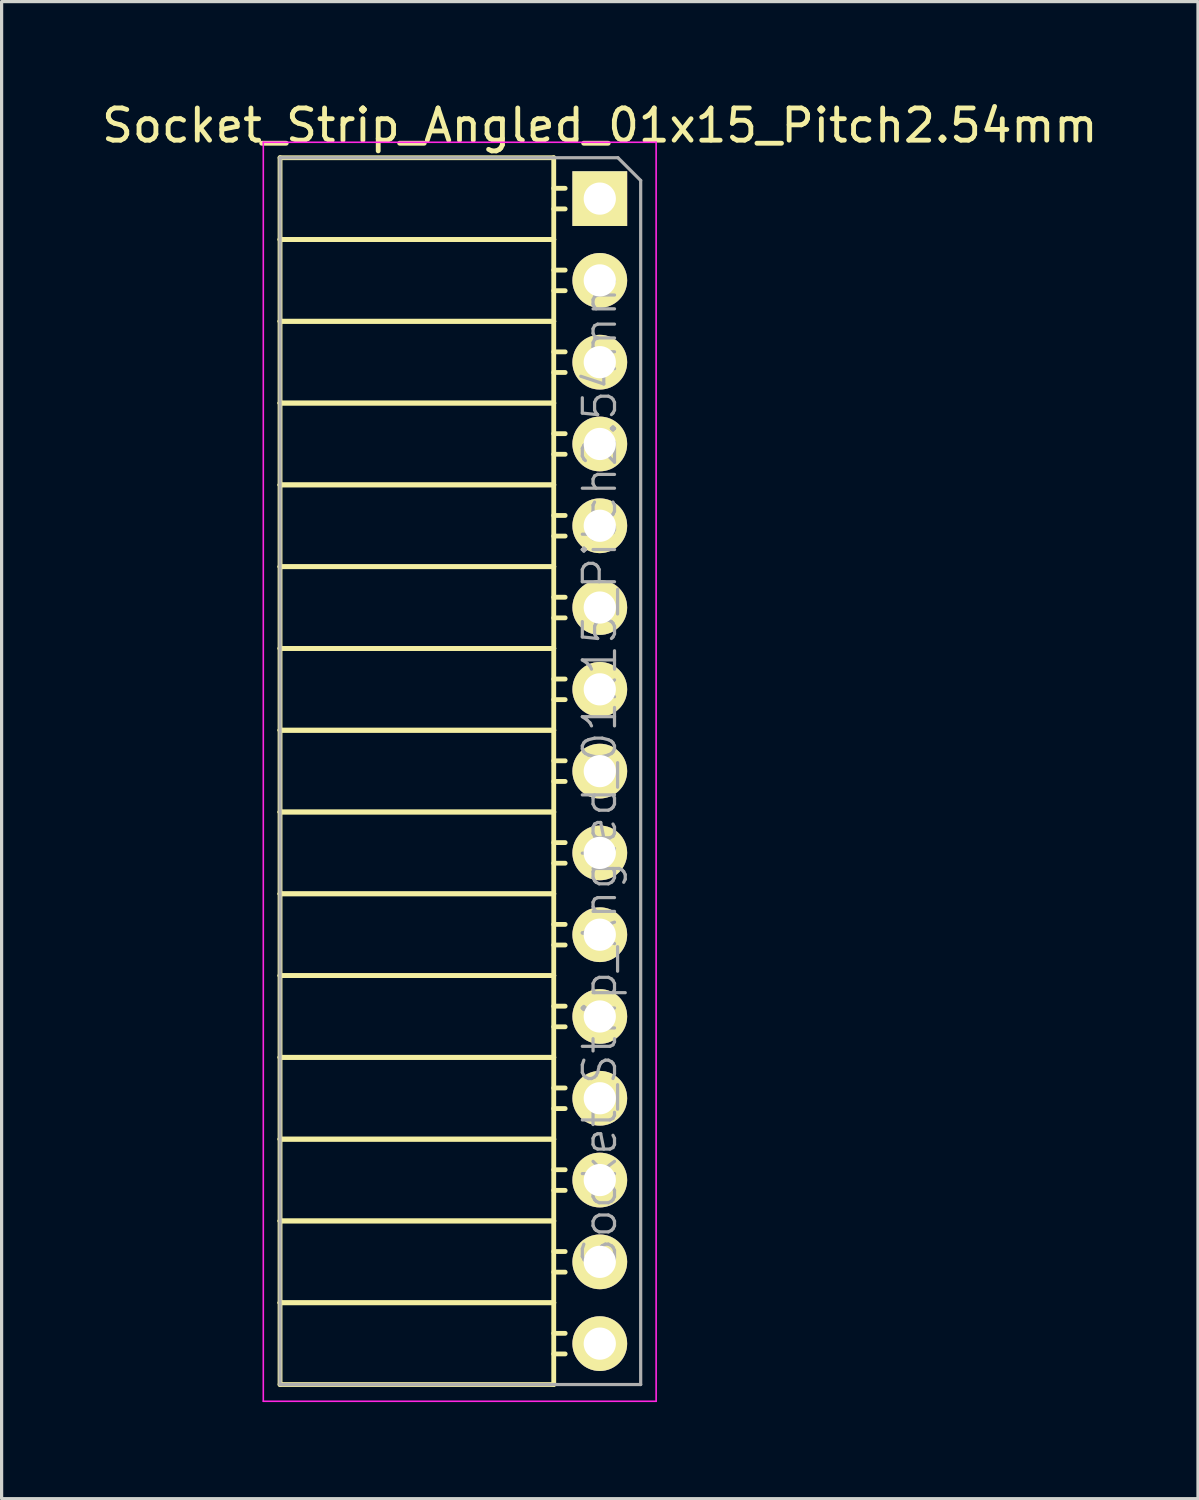
<source format=kicad_pcb>
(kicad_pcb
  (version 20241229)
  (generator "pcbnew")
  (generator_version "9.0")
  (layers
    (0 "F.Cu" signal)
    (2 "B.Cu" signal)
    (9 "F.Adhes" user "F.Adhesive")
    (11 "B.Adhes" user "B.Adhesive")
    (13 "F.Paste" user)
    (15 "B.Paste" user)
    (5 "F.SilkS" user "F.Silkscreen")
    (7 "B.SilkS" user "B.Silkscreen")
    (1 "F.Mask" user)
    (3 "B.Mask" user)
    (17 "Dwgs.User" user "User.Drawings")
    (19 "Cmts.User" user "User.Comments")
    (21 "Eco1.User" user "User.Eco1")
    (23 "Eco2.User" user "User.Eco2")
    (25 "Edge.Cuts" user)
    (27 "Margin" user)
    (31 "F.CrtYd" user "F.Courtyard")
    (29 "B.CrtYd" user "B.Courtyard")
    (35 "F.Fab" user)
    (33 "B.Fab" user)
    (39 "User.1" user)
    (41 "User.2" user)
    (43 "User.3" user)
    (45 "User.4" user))
  (footprint "Socket_Strip_Angled_01x15_Pitch2.54mm"
    (layer "F.Cu")
    (at 15.577 3.118)
    (property "Reference" "Socket_Strip_Angled_01x15_Pitch2.54mm" (at 0 -2.27 0) (layer "F.SilkS") (effects (font (size 1 1) (thickness 0.15))))
    (attr smd)
    (fp_line (start -9.93 -1.27) (end -9.93 1.27) (stroke (width 0.15) (type solid)) (layer "F.SilkS"))
    (fp_line (start -9.93 -1.27) (end -1.43 -1.27) (stroke (width 0.15) (type solid)) (layer "F.SilkS"))
    (fp_line (start -9.93 1.27) (end -9.93 3.81) (stroke (width 0.15) (type solid)) (layer "F.SilkS"))
    (fp_line (start -9.93 1.27) (end -1.43 1.27) (stroke (width 0.15) (type solid)) (layer "F.SilkS"))
    (fp_line (start -9.93 1.27) (end -1.43 1.27) (stroke (width 0.15) (type solid)) (layer "F.SilkS"))
    (fp_line (start -9.93 3.81) (end -9.93 6.35) (stroke (width 0.15) (type solid)) (layer "F.SilkS"))
    (fp_line (start -9.93 3.81) (end -1.43 3.81) (stroke (width 0.15) (type solid)) (layer "F.SilkS"))
    (fp_line (start -9.93 3.81) (end -1.43 3.81) (stroke (width 0.15) (type solid)) (layer "F.SilkS"))
    (fp_line (start -9.93 6.35) (end -9.93 8.89) (stroke (width 0.15) (type solid)) (layer "F.SilkS"))
    (fp_line (start -9.93 6.35) (end -1.43 6.35) (stroke (width 0.15) (type solid)) (layer "F.SilkS"))
    (fp_line (start -9.93 6.35) (end -1.43 6.35) (stroke (width 0.15) (type solid)) (layer "F.SilkS"))
    (fp_line (start -9.93 8.89) (end -9.93 11.43) (stroke (width 0.15) (type solid)) (layer "F.SilkS"))
    (fp_line (start -9.93 8.89) (end -1.43 8.89) (stroke (width 0.15) (type solid)) (layer "F.SilkS"))
    (fp_line (start -9.93 8.89) (end -1.43 8.89) (stroke (width 0.15) (type solid)) (layer "F.SilkS"))
    (fp_line (start -9.93 11.43) (end -9.93 13.97) (stroke (width 0.15) (type solid)) (layer "F.SilkS"))
    (fp_line (start -9.93 11.43) (end -1.43 11.43) (stroke (width 0.15) (type solid)) (layer "F.SilkS"))
    (fp_line (start -9.93 11.43) (end -1.43 11.43) (stroke (width 0.15) (type solid)) (layer "F.SilkS"))
    (fp_line (start -9.93 13.97) (end -9.93 16.51) (stroke (width 0.15) (type solid)) (layer "F.SilkS"))
    (fp_line (start -9.93 13.97) (end -1.43 13.97) (stroke (width 0.15) (type solid)) (layer "F.SilkS"))
    (fp_line (start -9.93 13.97) (end -1.43 13.97) (stroke (width 0.15) (type solid)) (layer "F.SilkS"))
    (fp_line (start -9.93 16.51) (end -9.93 19.05) (stroke (width 0.15) (type solid)) (layer "F.SilkS"))
    (fp_line (start -9.93 16.51) (end -1.43 16.51) (stroke (width 0.15) (type solid)) (layer "F.SilkS"))
    (fp_line (start -9.93 16.51) (end -1.43 16.51) (stroke (width 0.15) (type solid)) (layer "F.SilkS"))
    (fp_line (start -9.93 19.05) (end -9.93 21.59) (stroke (width 0.15) (type solid)) (layer "F.SilkS"))
    (fp_line (start -9.93 19.05) (end -1.43 19.05) (stroke (width 0.15) (type solid)) (layer "F.SilkS"))
    (fp_line (start -9.93 19.05) (end -1.43 19.05) (stroke (width 0.15) (type solid)) (layer "F.SilkS"))
    (fp_line (start -9.93 21.59) (end -9.93 24.13) (stroke (width 0.15) (type solid)) (layer "F.SilkS"))
    (fp_line (start -9.93 21.59) (end -1.43 21.59) (stroke (width 0.15) (type solid)) (layer "F.SilkS"))
    (fp_line (start -9.93 21.59) (end -1.43 21.59) (stroke (width 0.15) (type solid)) (layer "F.SilkS"))
    (fp_line (start -9.93 24.13) (end -9.93 26.67) (stroke (width 0.15) (type solid)) (layer "F.SilkS"))
    (fp_line (start -9.93 24.13) (end -1.43 24.13) (stroke (width 0.15) (type solid)) (layer "F.SilkS"))
    (fp_line (start -9.93 24.13) (end -1.43 24.13) (stroke (width 0.15) (type solid)) (layer "F.SilkS"))
    (fp_line (start -9.93 26.67) (end -9.93 29.21) (stroke (width 0.15) (type solid)) (layer "F.SilkS"))
    (fp_line (start -9.93 26.67) (end -1.43 26.67) (stroke (width 0.15) (type solid)) (layer "F.SilkS"))
    (fp_line (start -9.93 26.67) (end -1.43 26.67) (stroke (width 0.15) (type solid)) (layer "F.SilkS"))
    (fp_line (start -9.93 29.21) (end -9.93 31.75) (stroke (width 0.15) (type solid)) (layer "F.SilkS"))
    (fp_line (start -9.93 29.21) (end -1.43 29.21) (stroke (width 0.15) (type solid)) (layer "F.SilkS"))
    (fp_line (start -9.93 29.21) (end -1.43 29.21) (stroke (width 0.15) (type solid)) (layer "F.SilkS"))
    (fp_line (start -9.93 31.75) (end -9.93 34.29) (stroke (width 0.15) (type solid)) (layer "F.SilkS"))
    (fp_line (start -9.93 31.75) (end -1.43 31.75) (stroke (width 0.15) (type solid)) (layer "F.SilkS"))
    (fp_line (start -9.93 31.75) (end -1.43 31.75) (stroke (width 0.15) (type solid)) (layer "F.SilkS"))
    (fp_line (start -9.93 34.29) (end -9.93 36.83) (stroke (width 0.15) (type solid)) (layer "F.SilkS"))
    (fp_line (start -9.93 34.29) (end -1.43 34.29) (stroke (width 0.15) (type solid)) (layer "F.SilkS"))
    (fp_line (start -9.93 34.29) (end -1.43 34.29) (stroke (width 0.15) (type solid)) (layer "F.SilkS"))
    (fp_line (start -9.93 36.83) (end -1.43 36.83) (stroke (width 0.15) (type solid)) (layer "F.SilkS"))
    (fp_line (start -1.43 -1.27) (end -1.43 1.27) (stroke (width 0.15) (type solid)) (layer "F.SilkS"))
    (fp_line (start -1.43 -0.32) (end -1.075 -0.32) (stroke (width 0.15) (type solid)) (layer "F.SilkS"))
    (fp_line (start -1.43 0.32) (end -1.075 0.32) (stroke (width 0.15) (type solid)) (layer "F.SilkS"))
    (fp_line (start -1.43 1.27) (end -1.43 3.81) (stroke (width 0.15) (type solid)) (layer "F.SilkS"))
    (fp_line (start -1.43 2.22) (end -1.075 2.22) (stroke (width 0.15) (type solid)) (layer "F.SilkS"))
    (fp_line (start -1.43 2.86) (end -1.075 2.86) (stroke (width 0.15) (type solid)) (layer "F.SilkS"))
    (fp_line (start -1.43 3.81) (end -1.43 6.35) (stroke (width 0.15) (type solid)) (layer "F.SilkS"))
    (fp_line (start -1.43 4.76) (end -1.075 4.76) (stroke (width 0.15) (type solid)) (layer "F.SilkS"))
    (fp_line (start -1.43 5.4) (end -1.075 5.4) (stroke (width 0.15) (type solid)) (layer "F.SilkS"))
    (fp_line (start -1.43 6.35) (end -1.43 8.89) (stroke (width 0.15) (type solid)) (layer "F.SilkS"))
    (fp_line (start -1.43 7.3) (end -1.075 7.3) (stroke (width 0.15) (type solid)) (layer "F.SilkS"))
    (fp_line (start -1.43 7.94) (end -1.075 7.94) (stroke (width 0.15) (type solid)) (layer "F.SilkS"))
    (fp_line (start -1.43 8.89) (end -1.43 11.43) (stroke (width 0.15) (type solid)) (layer "F.SilkS"))
    (fp_line (start -1.43 9.84) (end -1.075 9.84) (stroke (width 0.15) (type solid)) (layer "F.SilkS"))
    (fp_line (start -1.43 10.48) (end -1.075 10.48) (stroke (width 0.15) (type solid)) (layer "F.SilkS"))
    (fp_line (start -1.43 11.43) (end -1.43 13.97) (stroke (width 0.15) (type solid)) (layer "F.SilkS"))
    (fp_line (start -1.43 12.38) (end -1.075 12.38) (stroke (width 0.15) (type solid)) (layer "F.SilkS"))
    (fp_line (start -1.43 13.02) (end -1.075 13.02) (stroke (width 0.15) (type solid)) (layer "F.SilkS"))
    (fp_line (start -1.43 13.97) (end -1.43 16.51) (stroke (width 0.15) (type solid)) (layer "F.SilkS"))
    (fp_line (start -1.43 14.92) (end -1.075 14.92) (stroke (width 0.15) (type solid)) (layer "F.SilkS"))
    (fp_line (start -1.43 15.56) (end -1.075 15.56) (stroke (width 0.15) (type solid)) (layer "F.SilkS"))
    (fp_line (start -1.43 16.51) (end -1.43 19.05) (stroke (width 0.15) (type solid)) (layer "F.SilkS"))
    (fp_line (start -1.43 17.46) (end -1.075 17.46) (stroke (width 0.15) (type solid)) (layer "F.SilkS"))
    (fp_line (start -1.43 18.1) (end -1.075 18.1) (stroke (width 0.15) (type solid)) (layer "F.SilkS"))
    (fp_line (start -1.43 19.05) (end -1.43 21.59) (stroke (width 0.15) (type solid)) (layer "F.SilkS"))
    (fp_line (start -1.43 20) (end -1.075 20) (stroke (width 0.15) (type solid)) (layer "F.SilkS"))
    (fp_line (start -1.43 20.64) (end -1.075 20.64) (stroke (width 0.15) (type solid)) (layer "F.SilkS"))
    (fp_line (start -1.43 21.59) (end -1.43 24.13) (stroke (width 0.15) (type solid)) (layer "F.SilkS"))
    (fp_line (start -1.43 22.54) (end -1.075 22.54) (stroke (width 0.15) (type solid)) (layer "F.SilkS"))
    (fp_line (start -1.43 23.18) (end -1.075 23.18) (stroke (width 0.15) (type solid)) (layer "F.SilkS"))
    (fp_line (start -1.43 24.13) (end -1.43 26.67) (stroke (width 0.15) (type solid)) (layer "F.SilkS"))
    (fp_line (start -1.43 25.08) (end -1.075 25.08) (stroke (width 0.15) (type solid)) (layer "F.SilkS"))
    (fp_line (start -1.43 25.72) (end -1.075 25.72) (stroke (width 0.15) (type solid)) (layer "F.SilkS"))
    (fp_line (start -1.43 26.67) (end -1.43 29.21) (stroke (width 0.15) (type solid)) (layer "F.SilkS"))
    (fp_line (start -1.43 27.62) (end -1.075 27.62) (stroke (width 0.15) (type solid)) (layer "F.SilkS"))
    (fp_line (start -1.43 28.26) (end -1.075 28.26) (stroke (width 0.15) (type solid)) (layer "F.SilkS"))
    (fp_line (start -1.43 29.21) (end -1.43 31.75) (stroke (width 0.15) (type solid)) (layer "F.SilkS"))
    (fp_line (start -1.43 30.16) (end -1.075 30.16) (stroke (width 0.15) (type solid)) (layer "F.SilkS"))
    (fp_line (start -1.43 30.8) (end -1.075 30.8) (stroke (width 0.15) (type solid)) (layer "F.SilkS"))
    (fp_line (start -1.43 31.75) (end -1.43 34.29) (stroke (width 0.15) (type solid)) (layer "F.SilkS"))
    (fp_line (start -1.43 32.7) (end -1.075 32.7) (stroke (width 0.15) (type solid)) (layer "F.SilkS"))
    (fp_line (start -1.43 33.34) (end -1.075 33.34) (stroke (width 0.15) (type solid)) (layer "F.SilkS"))
    (fp_line (start -1.43 34.29) (end -1.43 36.83) (stroke (width 0.15) (type solid)) (layer "F.SilkS"))
    (fp_line (start -1.43 35.24) (end -1.075 35.24) (stroke (width 0.15) (type solid)) (layer "F.SilkS"))
    (fp_line (start -1.43 35.88) (end -1.075 35.88) (stroke (width 0.15) (type solid)) (layer "F.SilkS"))
    (fp_line (start -10.45 -1.75) (end 1.75 -1.75) (stroke (width 0.05) (type solid)) (layer "F.CrtYd"))
    (fp_line (start -10.45 37.35) (end -10.45 -1.75) (stroke (width 0.05) (type solid)) (layer "F.CrtYd"))
    (fp_line (start -10.45 37.35) (end 1.75 37.35) (stroke (width 0.05) (type solid)) (layer "F.CrtYd"))
    (fp_line (start 1.75 37.35) (end 1.75 -1.75) (stroke (width 0.05) (type solid)) (layer "F.CrtYd"))
    (fp_line (start -9.93 -1.27) (end 0.563 -1.27) (stroke (width 0.1) (type solid)) (layer "F.Fab"))
    (fp_line (start -9.93 36.83) (end -9.93 -1.27) (stroke (width 0.1) (type solid)) (layer "F.Fab"))
    (fp_line (start -9.93 36.83) (end 1.27 36.83) (stroke (width 0.1) (type solid)) (layer "F.Fab"))
    (fp_line (start 1.27 -0.563) (end 0.563 -1.27) (stroke (width 0.1) (type solid)) (layer "F.Fab"))
    (fp_line (start 1.27 36.83) (end 1.27 -0.563) (stroke (width 0.1) (type solid)) (layer "F.Fab"))
    (fp_text user "${REFERENCE}" (at 0 17.78 90) (layer "F.Fab") (effects (font (size 1 1) (thickness 0.1))))
    (pad "1" thru_hole rect (at 0 0) (size 1.7 1.7) (drill 1) (layers "*.Cu" "*.Mask" "F.SilkS"))
    (pad "2" thru_hole oval (at 0 2.54) (size 1.7 1.7) (drill 1) (layers "*.Cu" "*.Mask" "F.SilkS"))
    (pad "3" thru_hole oval (at 0 5.08) (size 1.7 1.7) (drill 1) (layers "*.Cu" "*.Mask" "F.SilkS"))
    (pad "4" thru_hole oval (at 0 7.62) (size 1.7 1.7) (drill 1) (layers "*.Cu" "*.Mask" "F.SilkS"))
    (pad "5" thru_hole oval (at 0 10.16) (size 1.7 1.7) (drill 1) (layers "*.Cu" "*.Mask" "F.SilkS"))
    (pad "6" thru_hole oval (at 0 12.7) (size 1.7 1.7) (drill 1) (layers "*.Cu" "*.Mask" "F.SilkS"))
    (pad "7" thru_hole oval (at 0 15.24) (size 1.7 1.7) (drill 1) (layers "*.Cu" "*.Mask" "F.SilkS"))
    (pad "8" thru_hole oval (at 0 17.78) (size 1.7 1.7) (drill 1) (layers "*.Cu" "*.Mask" "F.SilkS"))
    (pad "9" thru_hole oval (at 0 20.32) (size 1.7 1.7) (drill 1) (layers "*.Cu" "*.Mask" "F.SilkS"))
    (pad "10" thru_hole oval (at 0 22.86) (size 1.7 1.7) (drill 1) (layers "*.Cu" "*.Mask" "F.SilkS"))
    (pad "11" thru_hole oval (at 0 25.4) (size 1.7 1.7) (drill 1) (layers "*.Cu" "*.Mask" "F.SilkS"))
    (pad "12" thru_hole oval (at 0 27.94) (size 1.7 1.7) (drill 1) (layers "*.Cu" "*.Mask" "F.SilkS"))
    (pad "13" thru_hole oval (at 0 30.48) (size 1.7 1.7) (drill 1) (layers "*.Cu" "*.Mask" "F.SilkS"))
    (pad "14" thru_hole oval (at 0 33.02) (size 1.7 1.7) (drill 1) (layers "*.Cu" "*.Mask" "F.SilkS"))
    (pad "15" thru_hole oval (at 0 35.56) (size 1.7 1.7) (drill 1) (layers "*.Cu" "*.Mask" "F.SilkS")))
  (gr_rect
    (start -3 -3)
    (end 34.155 43.493)
    (stroke (width 0.1) (type default))
    (fill no)
    (layer "Edge.Cuts")))
</source>
